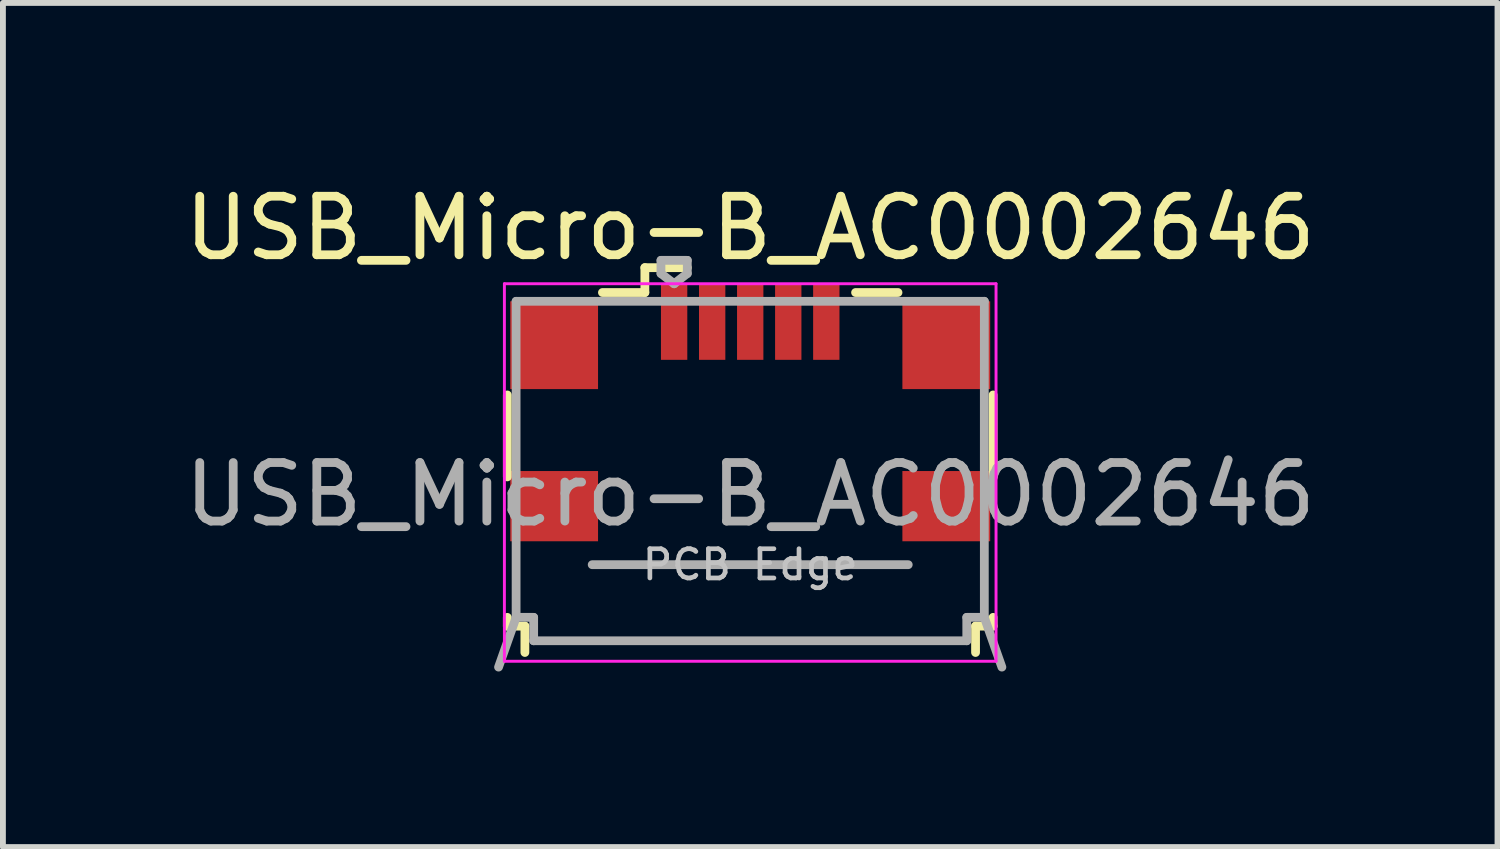
<source format=kicad_pcb>
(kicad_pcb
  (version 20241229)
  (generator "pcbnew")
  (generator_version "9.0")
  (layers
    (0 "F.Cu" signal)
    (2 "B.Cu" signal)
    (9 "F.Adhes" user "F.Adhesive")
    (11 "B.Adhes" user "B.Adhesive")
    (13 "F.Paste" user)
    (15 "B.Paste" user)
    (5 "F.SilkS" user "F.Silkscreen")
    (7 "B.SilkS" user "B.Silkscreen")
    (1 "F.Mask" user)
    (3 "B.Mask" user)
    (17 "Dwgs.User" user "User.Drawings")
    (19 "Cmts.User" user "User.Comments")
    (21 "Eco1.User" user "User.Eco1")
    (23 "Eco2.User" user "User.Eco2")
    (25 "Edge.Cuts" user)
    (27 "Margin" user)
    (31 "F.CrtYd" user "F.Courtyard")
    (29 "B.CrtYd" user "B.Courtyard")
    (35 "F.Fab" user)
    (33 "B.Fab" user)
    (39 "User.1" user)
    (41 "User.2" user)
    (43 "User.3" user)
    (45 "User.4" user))
  (footprint "USB_Micro-B_AC0002646"
    (layer "F.Cu")
    (at 9.768 4.348)
    (property "Reference" "USB_Micro-B_AC0002646" (at 0 -3.5 0) (layer "F.SilkS") (effects (font (size 1 1) (thickness 0.15))))
    (attr smd)
    (fp_line (start -4.15 -0.65) (end -4.15 0.75) (stroke (width 0.15) (type solid)) (layer "F.SilkS"))
    (fp_line (start -4.15 3.15) (end -4.15 3.3) (stroke (width 0.15) (type solid)) (layer "F.SilkS"))
    (fp_line (start -4.15 3.3) (end -3.85 3.3) (stroke (width 0.15) (type solid)) (layer "F.SilkS"))
    (fp_line (start -3.85 3.3) (end -3.85 3.75) (stroke (width 0.15) (type solid)) (layer "F.SilkS"))
    (fp_line (start -1.8 -2.825) (end -1.8 -2.4) (stroke (width 0.15) (type solid)) (layer "F.SilkS"))
    (fp_line (start -1.8 -2.4) (end -2.525 -2.4) (stroke (width 0.15) (type solid)) (layer "F.SilkS"))
    (fp_line (start -1.075 -2.825) (end -1.8 -2.825) (stroke (width 0.15) (type solid)) (layer "F.SilkS"))
    (fp_line (start 1.8 -2.4) (end 2.525 -2.4) (stroke (width 0.15) (type solid)) (layer "F.SilkS"))
    (fp_line (start 3.85 3.3) (end 4.15 3.3) (stroke (width 0.15) (type solid)) (layer "F.SilkS"))
    (fp_line (start 3.85 3.75) (end 3.85 3.3) (stroke (width 0.15) (type solid)) (layer "F.SilkS"))
    (fp_line (start 4.15 0.75) (end 4.15 -0.65) (stroke (width 0.15) (type solid)) (layer "F.SilkS"))
    (fp_line (start 4.15 3.3) (end 4.15 3.15) (stroke (width 0.15) (type solid)) (layer "F.SilkS"))
    (fp_line (start -4.2 -2.55) (end -4.2 3.9) (stroke (width 0.05) (type solid)) (layer "F.CrtYd"))
    (fp_line (start -4.2 3.9) (end 4.2 3.9) (stroke (width 0.05) (type solid)) (layer "F.CrtYd"))
    (fp_line (start 4.2 -2.55) (end -4.2 -2.55) (stroke (width 0.05) (type solid)) (layer "F.CrtYd"))
    (fp_line (start 4.2 3.9) (end 4.2 -2.55) (stroke (width 0.05) (type solid)) (layer "F.CrtYd"))
    (fp_line (start -4 -2.25) (end -4 3.15) (stroke (width 0.15) (type solid)) (layer "F.Fab"))
    (fp_line (start -4 3.15) (end -4.3 4) (stroke (width 0.15) (type solid)) (layer "F.Fab"))
    (fp_line (start -4 3.15) (end -3.7 3.15) (stroke (width 0.15) (type solid)) (layer "F.Fab"))
    (fp_line (start -3.7 3.15) (end -3.7 3.55) (stroke (width 0.15) (type solid)) (layer "F.Fab"))
    (fp_line (start -3.7 3.55) (end 3.7 3.55) (stroke (width 0.15) (type solid)) (layer "F.Fab"))
    (fp_line (start -2.7 2.25) (end 2.7 2.25) (stroke (width 0.15) (type solid)) (layer "F.Fab"))
    (fp_line (start -1.525 -2.95) (end -1.075 -2.95) (stroke (width 0.15) (type solid)) (layer "F.Fab"))
    (fp_line (start -1.525 -2.725) (end -1.525 -2.95) (stroke (width 0.15) (type solid)) (layer "F.Fab"))
    (fp_line (start -1.3 -2.55) (end -1.525 -2.725) (stroke (width 0.15) (type solid)) (layer "F.Fab"))
    (fp_line (start -1.075 -2.95) (end -1.075 -2.725) (stroke (width 0.15) (type solid)) (layer "F.Fab"))
    (fp_line (start -1.075 -2.725) (end -1.3 -2.55) (stroke (width 0.15) (type solid)) (layer "F.Fab"))
    (fp_line (start 3.7 3.15) (end 3.7 3.55) (stroke (width 0.15) (type solid)) (layer "F.Fab"))
    (fp_line (start 3.7 3.15) (end 4 3.15) (stroke (width 0.15) (type solid)) (layer "F.Fab"))
    (fp_line (start 4 -2.25) (end -4 -2.25) (stroke (width 0.15) (type solid)) (layer "F.Fab"))
    (fp_line (start 4 3.15) (end 4 -2.25) (stroke (width 0.15) (type solid)) (layer "F.Fab"))
    (fp_line (start 4 3.15) (end 4.3 4) (stroke (width 0.15) (type solid)) (layer "F.Fab"))
    (fp_text user "PCB Edge" (at 0 2.25 0) (layer "Dwgs.User") (effects (font (size 0.5 0.5) (thickness 0.08))))
    (fp_text user "${REFERENCE}" (at 0 1.05 0) (layer "F.Fab") (effects (font (size 1 1) (thickness 0.15))))
    (pad "1" smd rect (at -1.3 -1.9) (size 0.45 1.3) (layers "F.Cu" "F.Mask" "F.Paste"))
    (pad "2" smd rect (at -0.65 -1.9) (size 0.45 1.3) (layers "F.Cu" "F.Mask" "F.Paste"))
    (pad "3" smd rect (at 0 -1.9) (size 0.45 1.3) (layers "F.Cu" "F.Mask" "F.Paste"))
    (pad "4" smd rect (at 0.65 -1.9) (size 0.45 1.3) (layers "F.Cu" "F.Mask" "F.Paste"))
    (pad "5" smd rect (at 1.3 -1.9) (size 0.45 1.3) (layers "F.Cu" "F.Mask" "F.Paste"))
    (pad "6" smd rect (at -3.35 -1.5) (size 1.5 1.5) (layers "F.Cu" "F.Mask" "F.Paste"))
    (pad "6" smd rect (at -3.35 1.25) (size 1.5 1.2) (layers "F.Cu" "F.Mask" "F.Paste"))
    (pad "6" smd rect (at 3.35 -1.5) (size 1.5 1.5) (layers "F.Cu" "F.Mask" "F.Paste"))
    (pad "6" smd rect (at 3.35 1.25) (size 1.5 1.2) (layers "F.Cu" "F.Mask" "F.Paste")))
  (gr_rect
    (start -3 -3)
    (end 22.536 11.423)
    (stroke (width 0.1) (type default))
    (fill no)
    (layer "Edge.Cuts")))
</source>
